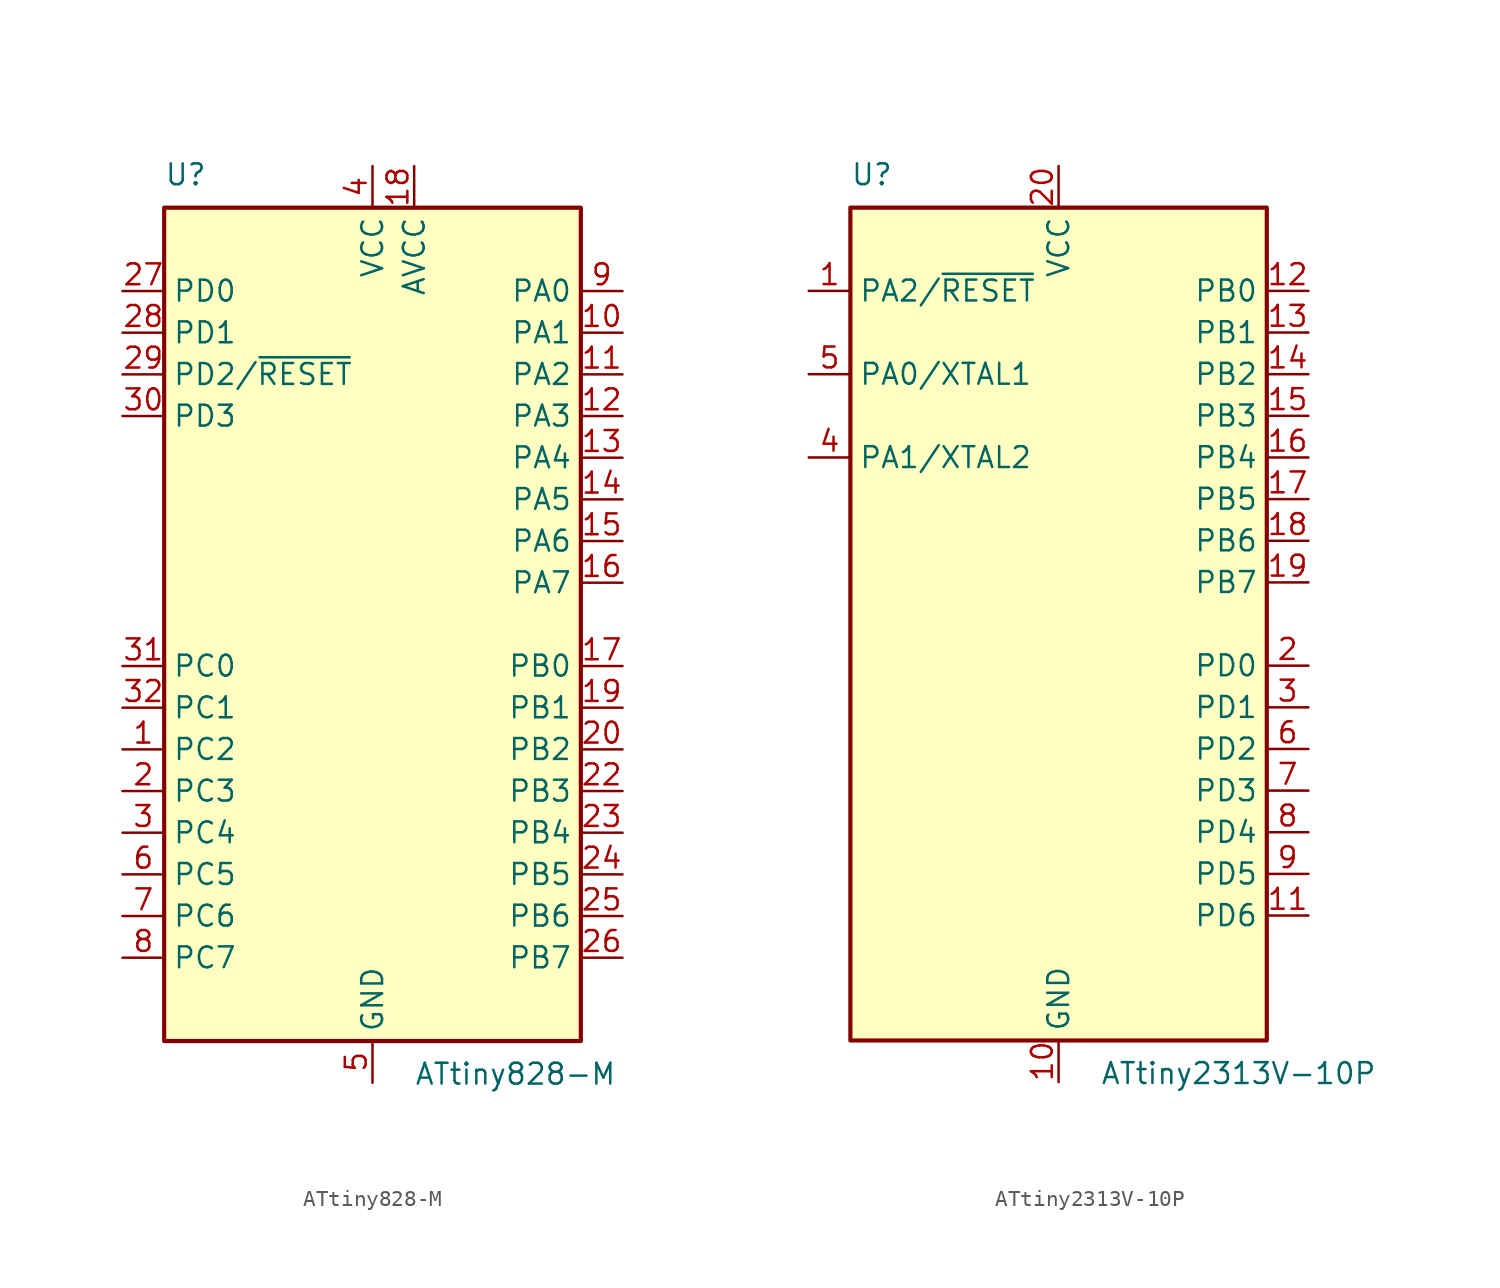
<source format=kicad_sym>
(kicad_symbol_lib
  (version 20201005)
  (generator kicad_symbol_editor)
  (symbol "ATtiny828-M"
    (property "Reference" "U"
      (at -12.7 26.67 0)
      (effects (font (size 1.27 1.27)) (justify left bottom)))
    (property "Value" "ATtiny828-M"
      (at 2.54 -26.67 0)
      (effects (font (size 1.27 1.27)) (justify left top)))
    (symbol "ATtiny828-M_0_1"
      (rectangle (start -12.7 -25.4) (end 12.7 25.4) (stroke (width 0.254)) (fill (type background))))
    (symbol "ATtiny828-M_1_1"
      (pin bidirectional line (at -15.24 -7.62 0) (length 2.54) (name "PC2" (effects (font (size 1.27 1.27)))) (number "1" (effects (font (size 1.27 1.27)))))
      (pin bidirectional line (at 15.24 17.78 180) (length 2.54) (name "PA1" (effects (font (size 1.27 1.27)))) (number "10" (effects (font (size 1.27 1.27)))))
      (pin bidirectional line (at 15.24 15.24 180) (length 2.54) (name "PA2" (effects (font (size 1.27 1.27)))) (number "11" (effects (font (size 1.27 1.27)))))
      (pin bidirectional line (at 15.24 12.7 180) (length 2.54) (name "PA3" (effects (font (size 1.27 1.27)))) (number "12" (effects (font (size 1.27 1.27)))))
      (pin bidirectional line (at 15.24 10.16 180) (length 2.54) (name "PA4" (effects (font (size 1.27 1.27)))) (number "13" (effects (font (size 1.27 1.27)))))
      (pin bidirectional line (at 15.24 7.62 180) (length 2.54) (name "PA5" (effects (font (size 1.27 1.27)))) (number "14" (effects (font (size 1.27 1.27)))))
      (pin bidirectional line (at 15.24 5.08 180) (length 2.54) (name "PA6" (effects (font (size 1.27 1.27)))) (number "15" (effects (font (size 1.27 1.27)))))
      (pin bidirectional line (at 15.24 2.54 180) (length 2.54) (name "PA7" (effects (font (size 1.27 1.27)))) (number "16" (effects (font (size 1.27 1.27)))))
      (pin bidirectional line (at 15.24 -2.54 180) (length 2.54) (name "PB0" (effects (font (size 1.27 1.27)))) (number "17" (effects (font (size 1.27 1.27)))))
      (pin power_in line (at 2.54 27.94 270) (length 2.54) (name "AVCC" (effects (font (size 1.27 1.27)))) (number "18" (effects (font (size 1.27 1.27)))))
      (pin bidirectional line (at 15.24 -5.08 180) (length 2.54) (name "PB1" (effects (font (size 1.27 1.27)))) (number "19" (effects (font (size 1.27 1.27)))))
      (pin bidirectional line (at -15.24 -10.16 0) (length 2.54) (name "PC3" (effects (font (size 1.27 1.27)))) (number "2" (effects (font (size 1.27 1.27)))))
      (pin bidirectional line (at 15.24 -7.62 180) (length 2.54) (name "PB2" (effects (font (size 1.27 1.27)))) (number "20" (effects (font (size 1.27 1.27)))))
      (pin passive line (at 0 -27.94 90) (length 2.54) hide (name "GND" (effects (font (size 1.27 1.27)))) (number "21" (effects (font (size 1.27 1.27)))))
      (pin bidirectional line (at 15.24 -10.16 180) (length 2.54) (name "PB3" (effects (font (size 1.27 1.27)))) (number "22" (effects (font (size 1.27 1.27)))))
      (pin bidirectional line (at 15.24 -12.7 180) (length 2.54) (name "PB4" (effects (font (size 1.27 1.27)))) (number "23" (effects (font (size 1.27 1.27)))))
      (pin bidirectional line (at 15.24 -15.24 180) (length 2.54) (name "PB5" (effects (font (size 1.27 1.27)))) (number "24" (effects (font (size 1.27 1.27)))))
      (pin bidirectional line (at 15.24 -17.78 180) (length 2.54) (name "PB6" (effects (font (size 1.27 1.27)))) (number "25" (effects (font (size 1.27 1.27)))))
      (pin bidirectional line (at 15.24 -20.32 180) (length 2.54) (name "PB7" (effects (font (size 1.27 1.27)))) (number "26" (effects (font (size 1.27 1.27)))))
      (pin bidirectional line (at -15.24 20.32 0) (length 2.54) (name "PD0" (effects (font (size 1.27 1.27)))) (number "27" (effects (font (size 1.27 1.27)))))
      (pin bidirectional line (at -15.24 17.78 0) (length 2.54) (name "PD1" (effects (font (size 1.27 1.27)))) (number "28" (effects (font (size 1.27 1.27)))))
      (pin bidirectional line (at -15.24 15.24 0) (length 2.54) (name "PD2/~RESET" (effects (font (size 1.27 1.27)))) (number "29" (effects (font (size 1.27 1.27)))))
      (pin bidirectional line (at -15.24 -12.7 0) (length 2.54) (name "PC4" (effects (font (size 1.27 1.27)))) (number "3" (effects (font (size 1.27 1.27)))))
      (pin bidirectional line (at -15.24 12.7 0) (length 2.54) (name "PD3" (effects (font (size 1.27 1.27)))) (number "30" (effects (font (size 1.27 1.27)))))
      (pin bidirectional line (at -15.24 -2.54 0) (length 2.54) (name "PC0" (effects (font (size 1.27 1.27)))) (number "31" (effects (font (size 1.27 1.27)))))
      (pin bidirectional line (at -15.24 -5.08 0) (length 2.54) (name "PC1" (effects (font (size 1.27 1.27)))) (number "32" (effects (font (size 1.27 1.27)))))
      (pin passive line (at 0 -27.94 90) (length 2.54) hide (name "GND" (effects (font (size 1.27 1.27)))) (number "33" (effects (font (size 1.27 1.27)))))
      (pin power_in line (at 0 27.94 270) (length 2.54) (name "VCC" (effects (font (size 1.27 1.27)))) (number "4" (effects (font (size 1.27 1.27)))))
      (pin power_in line (at 0 -27.94 90) (length 2.54) (name "GND" (effects (font (size 1.27 1.27)))) (number "5" (effects (font (size 1.27 1.27)))))
      (pin bidirectional line (at -15.24 -15.24 0) (length 2.54) (name "PC5" (effects (font (size 1.27 1.27)))) (number "6" (effects (font (size 1.27 1.27)))))
      (pin bidirectional line (at -15.24 -17.78 0) (length 2.54) (name "PC6" (effects (font (size 1.27 1.27)))) (number "7" (effects (font (size 1.27 1.27)))))
      (pin bidirectional line (at -15.24 -20.32 0) (length 2.54) (name "PC7" (effects (font (size 1.27 1.27)))) (number "8" (effects (font (size 1.27 1.27)))))
      (pin bidirectional line (at 15.24 20.32 180) (length 2.54) (name "PA0" (effects (font (size 1.27 1.27)))) (number "9" (effects (font (size 1.27 1.27)))))))
  (symbol "ATtiny2313V-10P"
    (property "Reference" "U"
      (at -12.7 26.67 0)
      (effects (font (size 1.27 1.27)) (justify left bottom)))
    (property "Value" "ATtiny2313V-10P"
      (at 2.54 -26.67 0)
      (effects (font (size 1.27 1.27)) (justify left top)))
    (symbol "ATtiny2313V-10P_0_1"
      (rectangle (start -12.7 -25.4) (end 12.7 25.4) (stroke (width 0.254)) (fill (type background))))
    (symbol "ATtiny2313V-10P_1_1"
      (pin bidirectional line (at -15.24 20.32 0) (length 2.54) (name "PA2/~RESET" (effects (font (size 1.27 1.27)))) (number "1" (effects (font (size 1.27 1.27)))))
      (pin power_in line (at 0 -27.94 90) (length 2.54) (name "GND" (effects (font (size 1.27 1.27)))) (number "10" (effects (font (size 1.27 1.27)))))
      (pin bidirectional line (at 15.24 -17.78 180) (length 2.54) (name "PD6" (effects (font (size 1.27 1.27)))) (number "11" (effects (font (size 1.27 1.27)))))
      (pin bidirectional line (at 15.24 20.32 180) (length 2.54) (name "PB0" (effects (font (size 1.27 1.27)))) (number "12" (effects (font (size 1.27 1.27)))))
      (pin bidirectional line (at 15.24 17.78 180) (length 2.54) (name "PB1" (effects (font (size 1.27 1.27)))) (number "13" (effects (font (size 1.27 1.27)))))
      (pin bidirectional line (at 15.24 15.24 180) (length 2.54) (name "PB2" (effects (font (size 1.27 1.27)))) (number "14" (effects (font (size 1.27 1.27)))))
      (pin bidirectional line (at 15.24 12.7 180) (length 2.54) (name "PB3" (effects (font (size 1.27 1.27)))) (number "15" (effects (font (size 1.27 1.27)))))
      (pin bidirectional line (at 15.24 10.16 180) (length 2.54) (name "PB4" (effects (font (size 1.27 1.27)))) (number "16" (effects (font (size 1.27 1.27)))))
      (pin bidirectional line (at 15.24 7.62 180) (length 2.54) (name "PB5" (effects (font (size 1.27 1.27)))) (number "17" (effects (font (size 1.27 1.27)))))
      (pin bidirectional line (at 15.24 5.08 180) (length 2.54) (name "PB6" (effects (font (size 1.27 1.27)))) (number "18" (effects (font (size 1.27 1.27)))))
      (pin bidirectional line (at 15.24 2.54 180) (length 2.54) (name "PB7" (effects (font (size 1.27 1.27)))) (number "19" (effects (font (size 1.27 1.27)))))
      (pin bidirectional line (at 15.24 -2.54 180) (length 2.54) (name "PD0" (effects (font (size 1.27 1.27)))) (number "2" (effects (font (size 1.27 1.27)))))
      (pin power_in line (at 0 27.94 270) (length 2.54) (name "VCC" (effects (font (size 1.27 1.27)))) (number "20" (effects (font (size 1.27 1.27)))))
      (pin bidirectional line (at 15.24 -5.08 180) (length 2.54) (name "PD1" (effects (font (size 1.27 1.27)))) (number "3" (effects (font (size 1.27 1.27)))))
      (pin bidirectional line (at -15.24 10.16 0) (length 2.54) (name "PA1/XTAL2" (effects (font (size 1.27 1.27)))) (number "4" (effects (font (size 1.27 1.27)))))
      (pin bidirectional line (at -15.24 15.24 0) (length 2.54) (name "PA0/XTAL1" (effects (font (size 1.27 1.27)))) (number "5" (effects (font (size 1.27 1.27)))))
      (pin bidirectional line (at 15.24 -7.62 180) (length 2.54) (name "PD2" (effects (font (size 1.27 1.27)))) (number "6" (effects (font (size 1.27 1.27)))))
      (pin bidirectional line (at 15.24 -10.16 180) (length 2.54) (name "PD3" (effects (font (size 1.27 1.27)))) (number "7" (effects (font (size 1.27 1.27)))))
      (pin bidirectional line (at 15.24 -12.7 180) (length 2.54) (name "PD4" (effects (font (size 1.27 1.27)))) (number "8" (effects (font (size 1.27 1.27)))))
      (pin bidirectional line (at 15.24 -15.24 180) (length 2.54) (name "PD5" (effects (font (size 1.27 1.27)))) (number "9" (effects (font (size 1.27 1.27))))))))
</source>
